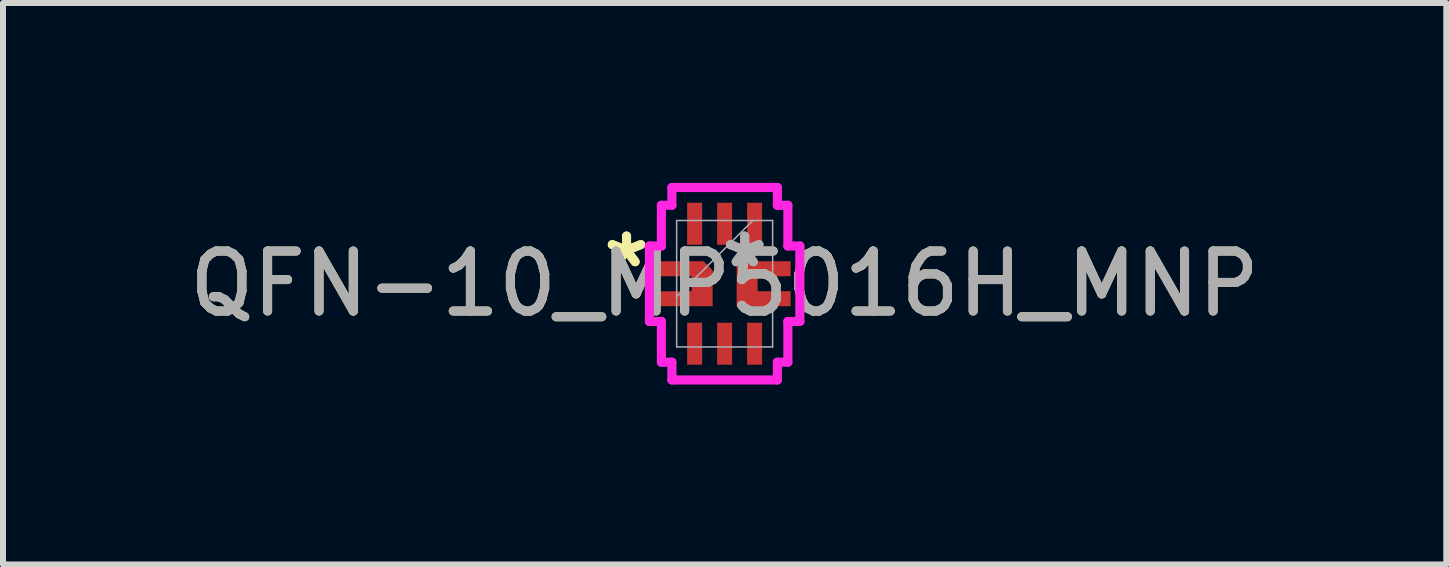
<source format=kicad_pcb>
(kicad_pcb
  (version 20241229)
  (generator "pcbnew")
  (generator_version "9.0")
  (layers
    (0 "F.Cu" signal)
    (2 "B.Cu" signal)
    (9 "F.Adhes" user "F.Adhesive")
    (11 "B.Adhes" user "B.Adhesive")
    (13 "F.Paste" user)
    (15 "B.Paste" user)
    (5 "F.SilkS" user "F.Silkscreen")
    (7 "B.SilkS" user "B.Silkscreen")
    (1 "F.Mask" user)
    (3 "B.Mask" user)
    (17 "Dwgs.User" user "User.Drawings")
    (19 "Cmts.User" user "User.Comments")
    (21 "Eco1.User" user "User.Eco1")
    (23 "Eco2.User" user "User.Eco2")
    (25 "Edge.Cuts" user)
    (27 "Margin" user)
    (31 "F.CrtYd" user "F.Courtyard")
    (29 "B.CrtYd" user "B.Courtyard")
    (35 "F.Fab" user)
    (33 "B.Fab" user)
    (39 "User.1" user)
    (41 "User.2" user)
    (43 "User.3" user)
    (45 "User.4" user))
  (footprint "QFN-10_MP5016H_MNP"
    (layer "F.Cu")
    (at 9.03 1.68)
    (property "Reference" "QFN-10_MP5016H_MNP" (at 0 0 0) (unlocked yes) (layer "F.SilkS") (effects (font (size 1 1) (thickness 0.15))))
    (attr smd)
    (fp_poly (pts (xy 1.1 -0.375) (xy 1.1 -0.125) (xy 0.55 -0.125) (xy 0.55 0.125) (xy 1.1 0.125) (xy 1.1 0.375) (xy 0.2 0.375) (xy 0.2 -0.375)) (stroke (width 0) (type solid)) (fill yes) (layer "F.Cu"))
    (fp_poly (pts (xy -1.1 -0.375) (xy -1.1 -0.125) (xy -0.55 -0.125) (xy -0.55 0.125) (xy -1.1 0.125) (xy -1.1 0.375) (xy -0.2 0.375) (xy -0.2 -0.225) (xy -0.35 -0.375)) (stroke (width 0) (type solid)) (fill yes) (layer "F.Cu"))
    (fp_poly (pts (xy 1.1 -0.375) (xy 1.1 -0.125) (xy 0.55 -0.125) (xy 0.55 0.125) (xy 1.1 0.125) (xy 1.1 0.375) (xy 0.2 0.375) (xy 0.2 -0.375)) (stroke (width 0) (type solid)) (fill yes) (layer "F.Mask"))
    (fp_poly (pts (xy -1.1 -0.375) (xy -1.1 -0.125) (xy -0.55 -0.125) (xy -0.55 0.125) (xy -1.1 0.125) (xy -1.1 0.375) (xy -0.2 0.375) (xy -0.2 -0.225) (xy -0.35 -0.375)) (stroke (width 0) (type solid)) (fill yes) (layer "F.Mask"))
    (fp_poly (pts (xy 1.1 -0.375) (xy 1.1 -0.125) (xy 0.55 -0.125) (xy 0.55 0.125) (xy 1.1 0.125) (xy 1.1 0.375) (xy 0.2 0.375) (xy 0.2 -0.375)) (stroke (width 0) (type solid)) (fill yes) (layer "F.Paste"))
    (fp_poly (pts (xy -1.1 -0.375) (xy -1.1 -0.125) (xy -0.55 -0.125) (xy -0.55 0.125) (xy -1.1 0.125) (xy -1.1 0.375) (xy -0.2 0.375) (xy -0.2 -0.225) (xy -0.35 -0.375)) (stroke (width 0) (type solid)) (fill yes) (layer "F.Paste"))
    (fp_line (start -1.254 -0.629) (end -1.054 -0.629) (stroke (width 0.152) (type solid)) (layer "F.CrtYd"))
    (fp_line (start -1.254 0.629) (end -1.254 -0.629) (stroke (width 0.152) (type solid)) (layer "F.CrtYd"))
    (fp_line (start -1.054 -1.308) (end -0.879 -1.308) (stroke (width 0.152) (type solid)) (layer "F.CrtYd"))
    (fp_line (start -1.054 -0.629) (end -1.054 -1.308) (stroke (width 0.152) (type solid)) (layer "F.CrtYd"))
    (fp_line (start -1.054 0.629) (end -1.254 0.629) (stroke (width 0.152) (type solid)) (layer "F.CrtYd"))
    (fp_line (start -1.054 1.308) (end -1.054 0.629) (stroke (width 0.152) (type solid)) (layer "F.CrtYd"))
    (fp_line (start -0.879 -1.604) (end 0.879 -1.604) (stroke (width 0.152) (type solid)) (layer "F.CrtYd"))
    (fp_line (start -0.879 -1.308) (end -0.879 -1.604) (stroke (width 0.152) (type solid)) (layer "F.CrtYd"))
    (fp_line (start -0.879 1.308) (end -1.054 1.308) (stroke (width 0.152) (type solid)) (layer "F.CrtYd"))
    (fp_line (start -0.879 1.604) (end -0.879 1.308) (stroke (width 0.152) (type solid)) (layer "F.CrtYd"))
    (fp_line (start 0.879 -1.604) (end 0.879 -1.308) (stroke (width 0.152) (type solid)) (layer "F.CrtYd"))
    (fp_line (start 0.879 -1.308) (end 1.054 -1.308) (stroke (width 0.152) (type solid)) (layer "F.CrtYd"))
    (fp_line (start 0.879 1.308) (end 0.879 1.604) (stroke (width 0.152) (type solid)) (layer "F.CrtYd"))
    (fp_line (start 0.879 1.604) (end -0.879 1.604) (stroke (width 0.152) (type solid)) (layer "F.CrtYd"))
    (fp_line (start 1.054 -1.308) (end 1.054 -0.629) (stroke (width 0.152) (type solid)) (layer "F.CrtYd"))
    (fp_line (start 1.054 -0.629) (end 1.254 -0.629) (stroke (width 0.152) (type solid)) (layer "F.CrtYd"))
    (fp_line (start 1.054 0.629) (end 1.054 1.308) (stroke (width 0.152) (type solid)) (layer "F.CrtYd"))
    (fp_line (start 1.054 1.308) (end 0.879 1.308) (stroke (width 0.152) (type solid)) (layer "F.CrtYd"))
    (fp_line (start 1.254 -0.629) (end 1.254 0.629) (stroke (width 0.152) (type solid)) (layer "F.CrtYd"))
    (fp_line (start 1.254 0.629) (end 1.054 0.629) (stroke (width 0.152) (type solid)) (layer "F.CrtYd"))
    (fp_line (start -0.8 -1.054) (end -0.8 1.054) (stroke (width 0.025) (type solid)) (layer "F.Fab"))
    (fp_line (start -0.8 0.216) (end 0.47 -1.054) (stroke (width 0.025) (type solid)) (layer "F.Fab"))
    (fp_line (start -0.8 1.054) (end 0.8 1.054) (stroke (width 0.025) (type solid)) (layer "F.Fab"))
    (fp_line (start 0.8 -1.054) (end -0.8 -1.054) (stroke (width 0.025) (type solid)) (layer "F.Fab"))
    (fp_line (start 0.8 1.054) (end 0.8 -1.054) (stroke (width 0.025) (type solid)) (layer "F.Fab"))
    (fp_text user "*" (at -1.635 -0.25 0) (unlocked yes) (layer "F.SilkS") (effects (font (size 1 1) (thickness 0.15))))
    (fp_text user "*" (at -1.635 -0.25 0) (layer "F.SilkS") (effects (font (size 1 1) (thickness 0.15))))
    (fp_text user "*" (at 0.335 -0.25 0) (unlocked yes) (layer "F.Fab") (effects (font (size 1 1) (thickness 0.15))))
    (fp_text user "${REFERENCE}" (at 0 0 0) (unlocked yes) (layer "F.Fab") (effects (font (size 1 1) (thickness 0.15))))
    (fp_text user "*" (at 0.335 -0.25 0) (layer "F.Fab") (effects (font (size 1 1) (thickness 0.15))))
    (pad "1" smd rect (at -0.65 -0.25) (size 0.127 0.127) (layers "F.Cu" "F.Mask" "F.Paste"))
    (pad "2" smd rect (at -0.65 0.25) (size 0.127 0.127) (layers "F.Cu" "F.Mask" "F.Paste"))
    (pad "3" smd rect (at -0.5 1 90) (size 0.7 0.25) (layers "F.Cu" "F.Mask" "F.Paste"))
    (pad "4" smd rect (at 0 1 90) (size 0.7 0.25) (layers "F.Cu" "F.Mask" "F.Paste"))
    (pad "5" smd rect (at 0.5 1 90) (size 0.7 0.25) (layers "F.Cu" "F.Mask" "F.Paste"))
    (pad "6" smd rect (at 0.65 0.25) (size 0.127 0.127) (layers "F.Cu" "F.Mask" "F.Paste"))
    (pad "7" smd rect (at 0.65 -0.25) (size 0.127 0.127) (layers "F.Cu" "F.Mask" "F.Paste"))
    (pad "8" smd rect (at 0.5 -1 90) (size 0.7 0.25) (layers "F.Cu" "F.Mask" "F.Paste"))
    (pad "9" smd rect (at 0 -1 90) (size 0.7 0.25) (layers "F.Cu" "F.Mask" "F.Paste"))
    (pad "10" smd rect (at -0.5 -1 90) (size 0.7 0.25) (layers "F.Cu" "F.Mask" "F.Paste")))
  (gr_rect
    (start -3 -3)
    (end 21.06 6.36)
    (stroke (width 0.1) (type default))
    (fill no)
    (layer "Edge.Cuts")))
</source>
